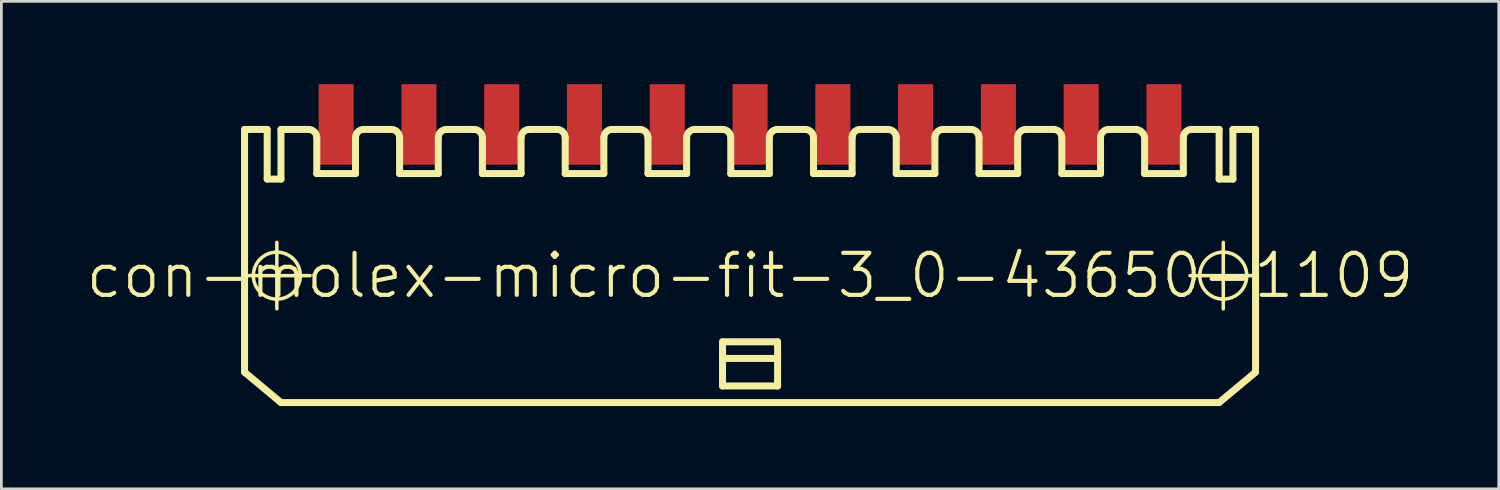
<source format=kicad_pcb>
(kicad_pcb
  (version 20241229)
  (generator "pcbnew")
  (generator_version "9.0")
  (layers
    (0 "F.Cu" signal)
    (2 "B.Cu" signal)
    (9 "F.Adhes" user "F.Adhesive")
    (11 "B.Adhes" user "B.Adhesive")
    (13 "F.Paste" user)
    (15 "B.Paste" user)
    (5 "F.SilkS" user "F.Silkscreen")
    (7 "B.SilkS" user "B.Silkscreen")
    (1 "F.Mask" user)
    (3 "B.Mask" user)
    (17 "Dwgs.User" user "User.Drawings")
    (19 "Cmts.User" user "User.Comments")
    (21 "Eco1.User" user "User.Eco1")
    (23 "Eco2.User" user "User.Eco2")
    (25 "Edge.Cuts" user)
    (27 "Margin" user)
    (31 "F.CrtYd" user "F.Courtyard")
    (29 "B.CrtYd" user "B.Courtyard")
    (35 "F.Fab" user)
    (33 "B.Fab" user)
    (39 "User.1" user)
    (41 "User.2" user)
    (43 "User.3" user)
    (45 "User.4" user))
  (footprint "con-molex-micro-fit-3_0-43650-1109"
    (layer "F.Cu")
    (at 24.13 6.938)
    (property "Reference" "con-molex-micro-fit-3_0-43650-1109" (at 0 0 0) (layer "F.SilkS") (effects (font (size 1.524 1.524) (thickness 0.15))))
    (attr smd)
    (fp_line (start -18.354 0) (end -15.944 0) (stroke (width 0.127) (type solid)) (layer "F.SilkS"))
    (fp_line (start -18.318 -5.298) (end -17.498 -5.298) (stroke (width 0.254) (type solid)) (layer "F.SilkS"))
    (fp_line (start -18.318 3.498) (end -18.318 -5.298) (stroke (width 0.254) (type solid)) (layer "F.SilkS"))
    (fp_line (start -18.318 3.498) (end -16.998 4.6) (stroke (width 0.254) (type solid)) (layer "F.SilkS"))
    (fp_line (start -17.498 -5.298) (end -17.498 -3.498) (stroke (width 0.254) (type solid)) (layer "F.SilkS"))
    (fp_line (start -17.498 -3.498) (end -16.998 -3.498) (stroke (width 0.254) (type solid)) (layer "F.SilkS"))
    (fp_line (start -17.148 1.204) (end -17.148 -1.204) (stroke (width 0.127) (type solid)) (layer "F.SilkS"))
    (fp_line (start -16.998 -5.298) (end -15.999 -5.298) (stroke (width 0.254) (type solid)) (layer "F.SilkS"))
    (fp_line (start -16.998 -3.498) (end -16.998 -5.298) (stroke (width 0.254) (type solid)) (layer "F.SilkS"))
    (fp_line (start -15.7 -3.698) (end -15.7 -4.999) (stroke (width 0.254) (type solid)) (layer "F.SilkS"))
    (fp_line (start -15.7 -3.698) (end -14.298 -3.698) (stroke (width 0.254) (type solid)) (layer "F.SilkS"))
    (fp_line (start -14.298 -3.698) (end -14.298 -4.999) (stroke (width 0.254) (type solid)) (layer "F.SilkS"))
    (fp_line (start -13.998 -5.298) (end -13 -5.298) (stroke (width 0.254) (type solid)) (layer "F.SilkS"))
    (fp_line (start -12.7 -3.698) (end -12.7 -4.999) (stroke (width 0.254) (type solid)) (layer "F.SilkS"))
    (fp_line (start -12.7 -3.698) (end -11.298 -3.698) (stroke (width 0.254) (type solid)) (layer "F.SilkS"))
    (fp_line (start -11.298 -3.698) (end -11.298 -4.999) (stroke (width 0.254) (type solid)) (layer "F.SilkS"))
    (fp_line (start -10.998 -5.298) (end -10 -5.298) (stroke (width 0.254) (type solid)) (layer "F.SilkS"))
    (fp_line (start -9.698 -3.698) (end -9.698 -4.999) (stroke (width 0.254) (type solid)) (layer "F.SilkS"))
    (fp_line (start -9.698 -3.698) (end -8.298 -3.698) (stroke (width 0.254) (type solid)) (layer "F.SilkS"))
    (fp_line (start -8.298 -3.698) (end -8.298 -4.999) (stroke (width 0.254) (type solid)) (layer "F.SilkS"))
    (fp_line (start -7.998 -5.298) (end -6.998 -5.298) (stroke (width 0.254) (type solid)) (layer "F.SilkS"))
    (fp_line (start -6.698 -3.698) (end -6.698 -4.999) (stroke (width 0.254) (type solid)) (layer "F.SilkS"))
    (fp_line (start -6.698 -3.698) (end -5.298 -3.698) (stroke (width 0.254) (type solid)) (layer "F.SilkS"))
    (fp_line (start -5.298 -3.698) (end -5.298 -4.999) (stroke (width 0.254) (type solid)) (layer "F.SilkS"))
    (fp_line (start -4.999 -5.298) (end -3.998 -5.298) (stroke (width 0.254) (type solid)) (layer "F.SilkS"))
    (fp_line (start -3.698 -3.698) (end -3.698 -4.999) (stroke (width 0.254) (type solid)) (layer "F.SilkS"))
    (fp_line (start -3.698 -3.698) (end -2.299 -3.698) (stroke (width 0.254) (type solid)) (layer "F.SilkS"))
    (fp_line (start -2.299 -3.698) (end -2.299 -4.999) (stroke (width 0.254) (type solid)) (layer "F.SilkS"))
    (fp_line (start -1.999 -5.298) (end -0.998 -5.298) (stroke (width 0.254) (type solid)) (layer "F.SilkS"))
    (fp_line (start -0.998 2.398) (end 0.998 2.398) (stroke (width 0.254) (type solid)) (layer "F.SilkS"))
    (fp_line (start -0.998 3) (end -0.998 2.398) (stroke (width 0.254) (type solid)) (layer "F.SilkS"))
    (fp_line (start -0.998 3) (end 0.998 3) (stroke (width 0.254) (type solid)) (layer "F.SilkS"))
    (fp_line (start -0.998 3.998) (end -0.998 3) (stroke (width 0.254) (type solid)) (layer "F.SilkS"))
    (fp_line (start -0.699 -3.698) (end -0.699 -4.999) (stroke (width 0.254) (type solid)) (layer "F.SilkS"))
    (fp_line (start -0.699 -3.698) (end 0.699 -3.698) (stroke (width 0.254) (type solid)) (layer "F.SilkS"))
    (fp_line (start 0.699 -3.698) (end 0.699 -4.999) (stroke (width 0.254) (type solid)) (layer "F.SilkS"))
    (fp_line (start 0.998 -5.298) (end 1.999 -5.298) (stroke (width 0.254) (type solid)) (layer "F.SilkS"))
    (fp_line (start 0.998 2.398) (end 0.998 3) (stroke (width 0.254) (type solid)) (layer "F.SilkS"))
    (fp_line (start 0.998 3) (end 0.998 3.998) (stroke (width 0.254) (type solid)) (layer "F.SilkS"))
    (fp_line (start 0.998 3.998) (end -0.998 3.998) (stroke (width 0.254) (type solid)) (layer "F.SilkS"))
    (fp_line (start 2.299 -3.698) (end 2.299 -4.999) (stroke (width 0.254) (type solid)) (layer "F.SilkS"))
    (fp_line (start 2.299 -3.698) (end 3.698 -3.698) (stroke (width 0.254) (type solid)) (layer "F.SilkS"))
    (fp_line (start 3.698 -3.698) (end 3.698 -4.999) (stroke (width 0.254) (type solid)) (layer "F.SilkS"))
    (fp_line (start 3.998 -5.298) (end 4.999 -5.298) (stroke (width 0.254) (type solid)) (layer "F.SilkS"))
    (fp_line (start 5.298 -3.698) (end 5.298 -4.999) (stroke (width 0.254) (type solid)) (layer "F.SilkS"))
    (fp_line (start 5.298 -3.698) (end 6.698 -3.698) (stroke (width 0.254) (type solid)) (layer "F.SilkS"))
    (fp_line (start 6.698 -3.698) (end 6.698 -4.999) (stroke (width 0.254) (type solid)) (layer "F.SilkS"))
    (fp_line (start 6.998 -5.298) (end 7.998 -5.298) (stroke (width 0.254) (type solid)) (layer "F.SilkS"))
    (fp_line (start 8.298 -3.698) (end 8.298 -4.999) (stroke (width 0.254) (type solid)) (layer "F.SilkS"))
    (fp_line (start 8.298 -3.698) (end 9.698 -3.698) (stroke (width 0.254) (type solid)) (layer "F.SilkS"))
    (fp_line (start 9.698 -3.698) (end 9.698 -4.999) (stroke (width 0.254) (type solid)) (layer "F.SilkS"))
    (fp_line (start 10 -5.298) (end 10.998 -5.298) (stroke (width 0.254) (type solid)) (layer "F.SilkS"))
    (fp_line (start 11.298 -3.698) (end 11.298 -4.999) (stroke (width 0.254) (type solid)) (layer "F.SilkS"))
    (fp_line (start 11.298 -3.698) (end 12.7 -3.698) (stroke (width 0.254) (type solid)) (layer "F.SilkS"))
    (fp_line (start 12.7 -3.698) (end 12.7 -4.999) (stroke (width 0.254) (type solid)) (layer "F.SilkS"))
    (fp_line (start 13 -5.298) (end 13.998 -5.298) (stroke (width 0.254) (type solid)) (layer "F.SilkS"))
    (fp_line (start 14.298 -4.999) (end 14.298 -3.698) (stroke (width 0.254) (type solid)) (layer "F.SilkS"))
    (fp_line (start 14.298 -3.698) (end 15.7 -3.698) (stroke (width 0.254) (type solid)) (layer "F.SilkS"))
    (fp_line (start 15.7 -3.698) (end 15.7 -4.999) (stroke (width 0.254) (type solid)) (layer "F.SilkS"))
    (fp_line (start 15.944 0) (end 18.354 0) (stroke (width 0.127) (type solid)) (layer "F.SilkS"))
    (fp_line (start 15.999 -5.298) (end 16.998 -5.298) (stroke (width 0.254) (type solid)) (layer "F.SilkS"))
    (fp_line (start 16.998 -3.498) (end 16.998 -5.298) (stroke (width 0.254) (type solid)) (layer "F.SilkS"))
    (fp_line (start 16.998 4.6) (end -16.998 4.6) (stroke (width 0.254) (type solid)) (layer "F.SilkS"))
    (fp_line (start 17.148 1.204) (end 17.148 -1.204) (stroke (width 0.127) (type solid)) (layer "F.SilkS"))
    (fp_line (start 17.498 -5.298) (end 17.498 -3.498) (stroke (width 0.254) (type solid)) (layer "F.SilkS"))
    (fp_line (start 17.498 -5.298) (end 18.318 -5.298) (stroke (width 0.254) (type solid)) (layer "F.SilkS"))
    (fp_line (start 17.498 -3.498) (end 16.998 -3.498) (stroke (width 0.254) (type solid)) (layer "F.SilkS"))
    (fp_line (start 18.318 -5.298) (end 18.318 3.498) (stroke (width 0.254) (type solid)) (layer "F.SilkS"))
    (fp_line (start 18.318 3.498) (end 16.998 4.6) (stroke (width 0.254) (type solid)) (layer "F.SilkS"))
    (fp_arc (start -15.99946 -5.29844) (mid -15.787526 -5.210654) (end -15.69974 -4.99872) (stroke (width 0.254) (type solid)) (layer "F.SilkS"))
    (fp_arc (start -14.29766 -4.99872) (mid -14.209874 -5.210654) (end -13.99794 -5.29844) (stroke (width 0.254) (type solid)) (layer "F.SilkS"))
    (fp_arc (start -12.99972 -5.29844) (mid -12.787786 -5.210654) (end -12.7 -4.99872) (stroke (width 0.254) (type solid)) (layer "F.SilkS"))
    (fp_arc (start -11.29792 -4.99872) (mid -11.210134 -5.210654) (end -10.9982 -5.29844) (stroke (width 0.254) (type solid)) (layer "F.SilkS"))
    (fp_arc (start -9.99998 -5.29844) (mid -9.788046 -5.210654) (end -9.70026 -4.99872) (stroke (width 0.254) (type solid)) (layer "F.SilkS"))
    (fp_arc (start -8.29818 -4.99872) (mid -8.210394 -5.210654) (end -7.99846 -5.29844) (stroke (width 0.254) (type solid)) (layer "F.SilkS"))
    (fp_arc (start -6.9977 -5.29844) (mid -6.785766 -5.210654) (end -6.69798 -4.99872) (stroke (width 0.254) (type solid)) (layer "F.SilkS"))
    (fp_arc (start -5.29844 -4.99872) (mid -5.210654 -5.210654) (end -4.99872 -5.29844) (stroke (width 0.254) (type solid)) (layer "F.SilkS"))
    (fp_arc (start -3.99796 -5.29844) (mid -3.786026 -5.210654) (end -3.69824 -4.99872) (stroke (width 0.254) (type solid)) (layer "F.SilkS"))
    (fp_arc (start -2.2987 -4.99872) (mid -2.210914 -5.210654) (end -1.99898 -5.29844) (stroke (width 0.254) (type solid)) (layer "F.SilkS"))
    (fp_arc (start -0.99822 -5.29844) (mid -0.786286 -5.210654) (end -0.6985 -4.99872) (stroke (width 0.254) (type solid)) (layer "F.SilkS"))
    (fp_arc (start 0.6985 -4.99872) (mid 0.786286 -5.210654) (end 0.99822 -5.29844) (stroke (width 0.254) (type solid)) (layer "F.SilkS"))
    (fp_arc (start 1.99898 -5.29844) (mid 2.210914 -5.210654) (end 2.2987 -4.99872) (stroke (width 0.254) (type solid)) (layer "F.SilkS"))
    (fp_arc (start 3.69824 -4.99872) (mid 3.786026 -5.210654) (end 3.99796 -5.29844) (stroke (width 0.254) (type solid)) (layer "F.SilkS"))
    (fp_arc (start 4.99872 -5.29844) (mid 5.210654 -5.210654) (end 5.29844 -4.99872) (stroke (width 0.254) (type solid)) (layer "F.SilkS"))
    (fp_arc (start 6.69798 -4.99872) (mid 6.785766 -5.210654) (end 6.9977 -5.29844) (stroke (width 0.254) (type solid)) (layer "F.SilkS"))
    (fp_arc (start 7.99846 -5.29844) (mid 8.210394 -5.210654) (end 8.29818 -4.99872) (stroke (width 0.254) (type solid)) (layer "F.SilkS"))
    (fp_arc (start 9.69772 -4.99872) (mid 9.78625 -5.21245) (end 9.99998 -5.30098) (stroke (width 0.254) (type solid)) (layer "F.SilkS"))
    (fp_arc (start 10.9982 -5.29844) (mid 11.210134 -5.210654) (end 11.29792 -4.99872) (stroke (width 0.254) (type solid)) (layer "F.SilkS"))
    (fp_arc (start 12.7 -4.99872) (mid 12.787786 -5.210654) (end 12.99972 -5.29844) (stroke (width 0.254) (type solid)) (layer "F.SilkS"))
    (fp_arc (start 13.99794 -5.29844) (mid 14.198513 -5.199466) (end 14.299656 -4.999979) (stroke (width 0.254) (type solid)) (layer "F.SilkS"))
    (fp_arc (start 15.69974 -4.99872) (mid 15.787526 -5.210654) (end 15.99946 -5.29844) (stroke (width 0.254) (type solid)) (layer "F.SilkS"))
    (fp_circle (center -17.148 0) (end -17.75 0.602) (stroke (width 0.127) (type solid)) (fill no) (layer "F.SilkS"))
    (fp_circle (center 17.148 0) (end 17.75 0.602) (stroke (width 0.127) (type solid)) (fill no) (layer "F.SilkS"))
    (pad "P$1" smd rect (at 14.999 -5.479) (size 1.27 2.918) (layers "F.Cu" "F.Mask" "F.Paste"))
    (pad "P$2" smd rect (at 11.999 -5.479) (size 1.27 2.918) (layers "F.Cu" "F.Mask" "F.Paste"))
    (pad "P$3" smd rect (at 8.999 -5.479) (size 1.27 2.918) (layers "F.Cu" "F.Mask" "F.Paste"))
    (pad "P$4" smd rect (at 5.999 -5.479) (size 1.27 2.918) (layers "F.Cu" "F.Mask" "F.Paste"))
    (pad "P$5" smd rect (at 3 -5.479) (size 1.27 2.918) (layers "F.Cu" "F.Mask" "F.Paste"))
    (pad "P$6" smd rect (at 0 -5.479) (size 1.27 2.918) (layers "F.Cu" "F.Mask" "F.Paste"))
    (pad "P$7" smd rect (at -3 -5.479) (size 1.27 2.918) (layers "F.Cu" "F.Mask" "F.Paste"))
    (pad "P$8" smd rect (at -5.999 -5.479) (size 1.27 2.918) (layers "F.Cu" "F.Mask" "F.Paste"))
    (pad "P$9" smd rect (at -8.999 -5.479) (size 1.27 2.918) (layers "F.Cu" "F.Mask" "F.Paste"))
    (pad "P$10" smd rect (at -11.999 -5.479) (size 1.27 2.918) (layers "F.Cu" "F.Mask" "F.Paste"))
    (pad "P$11" smd rect (at -14.999 -5.479) (size 1.27 2.918) (layers "F.Cu" "F.Mask" "F.Paste")))
  (gr_rect
    (start -3 -3)
    (end 51.26 14.665)
    (stroke (width 0.1) (type default))
    (fill no)
    (layer "Edge.Cuts")))
</source>
